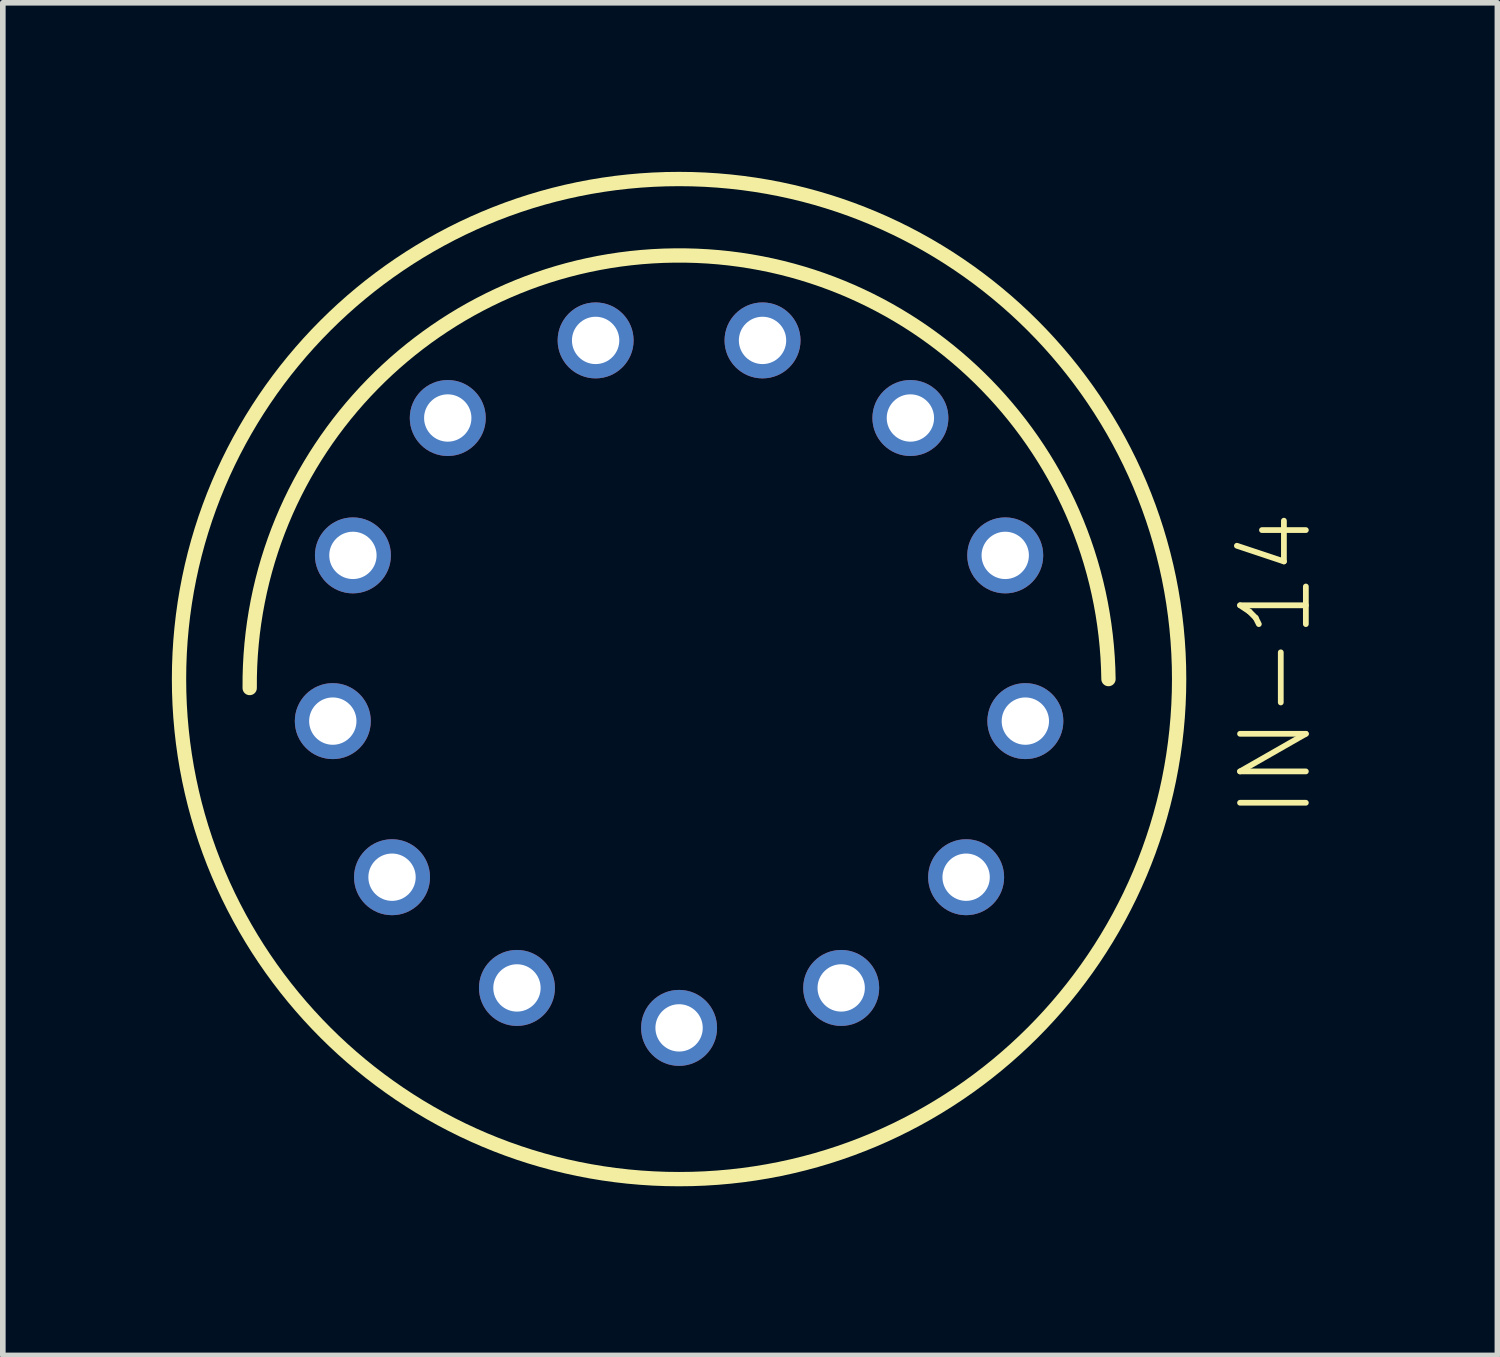
<source format=kicad_pcb>
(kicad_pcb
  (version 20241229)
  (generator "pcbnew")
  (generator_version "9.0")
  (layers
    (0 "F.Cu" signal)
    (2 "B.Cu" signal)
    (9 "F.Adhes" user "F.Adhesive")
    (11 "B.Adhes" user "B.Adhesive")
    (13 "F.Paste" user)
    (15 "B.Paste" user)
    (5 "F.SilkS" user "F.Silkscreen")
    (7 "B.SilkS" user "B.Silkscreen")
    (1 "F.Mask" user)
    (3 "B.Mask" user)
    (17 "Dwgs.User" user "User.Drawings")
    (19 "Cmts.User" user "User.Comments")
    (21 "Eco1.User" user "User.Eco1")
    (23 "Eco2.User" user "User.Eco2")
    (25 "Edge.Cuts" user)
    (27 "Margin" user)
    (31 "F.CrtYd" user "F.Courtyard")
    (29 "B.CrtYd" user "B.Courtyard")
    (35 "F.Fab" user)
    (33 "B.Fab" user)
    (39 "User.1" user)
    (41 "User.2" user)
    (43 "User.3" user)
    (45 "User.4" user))
  (footprint "IN-14"
    (layer "F.Cu")
    (at 9.001 9.001)
    (property "Reference" "IN-14" (at 11.271 2.54 90) (layer "F.SilkS") (effects (font (size 1.168 1.168) (thickness 0.102)) (justify left bottom)))
    (fp_arc (start -7.62 0.1588) (mid -0.07935 -7.54065) (end 7.6201 0) (stroke (width 0.254) (type solid)) (layer "F.SilkS"))
    (fp_circle (center 0 0) (end 8.874 0) (stroke (width 0.254) (type solid)) (fill no) (layer "F.SilkS"))
    (pad "0" thru_hole circle (at 5.094 3.516) (size 1.348 1.348) (drill 0.84) (layers "*.Cu" "*.Mask"))
    (pad "1" thru_hole circle (at -5.094 3.516) (size 1.348 1.348) (drill 0.84) (layers "*.Cu" "*.Mask"))
    (pad "2" thru_hole circle (at -6.145 0.746) (size 1.348 1.348) (drill 0.84) (layers "*.Cu" "*.Mask"))
    (pad "3" thru_hole circle (at -5.788 -2.195) (size 1.348 1.348) (drill 0.84) (layers "*.Cu" "*.Mask"))
    (pad "4" thru_hole circle (at -4.105 -4.633) (size 1.348 1.348) (drill 0.84) (layers "*.Cu" "*.Mask"))
    (pad "5" thru_hole circle (at -1.481 -6.01) (size 1.348 1.348) (drill 0.84) (layers "*.Cu" "*.Mask"))
    (pad "6" thru_hole circle (at 1.481 -6.01) (size 1.348 1.348) (drill 0.84) (layers "*.Cu" "*.Mask"))
    (pad "7" thru_hole circle (at 4.105 -4.633) (size 1.348 1.348) (drill 0.84) (layers "*.Cu" "*.Mask"))
    (pad "8" thru_hole circle (at 5.788 -2.195) (size 1.348 1.348) (drill 0.84) (layers "*.Cu" "*.Mask"))
    (pad "9" thru_hole circle (at 6.145 0.746) (size 1.348 1.348) (drill 0.84) (layers "*.Cu" "*.Mask"))
    (pad "A" thru_hole circle (at 0 6.19) (size 1.348 1.348) (drill 0.84) (layers "*.Cu" "*.Mask"))
    (pad "LHDP" thru_hole circle (at 2.877 5.481) (size 1.348 1.348) (drill 0.84) (layers "*.Cu" "*.Mask"))
    (pad "RHDP" thru_hole circle (at -2.877 5.481) (size 1.348 1.348) (drill 0.84) (layers "*.Cu" "*.Mask")))
  (gr_rect
    (start -3 -3)
    (end 23.523 21.003)
    (stroke (width 0.1) (type default))
    (fill no)
    (layer "Edge.Cuts")))
</source>
